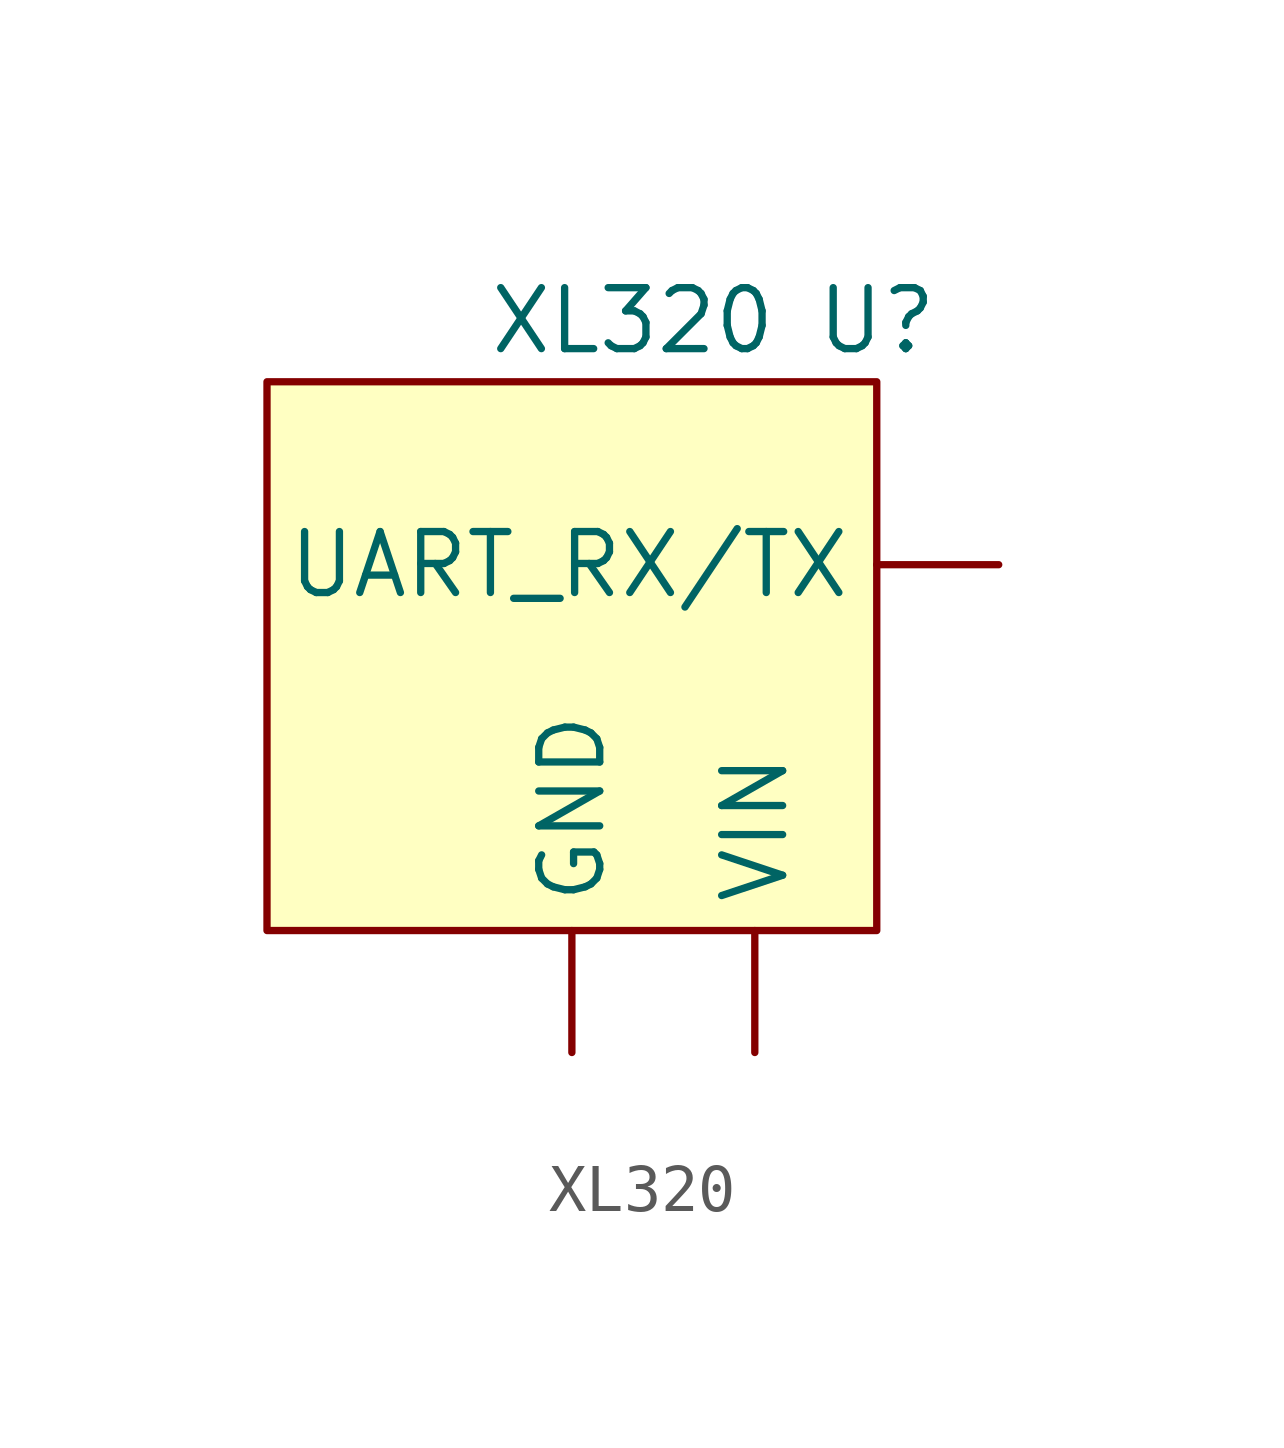
<source format=kicad_sym>
(kicad_symbol_lib
  (version 20211014)
  (generator kicad_symbol_editor)
  (symbol "XL320"
    (property "Reference" "U"
      (at -5.08 -2.54 0)
      (effects (font (size 1.27 1.27))))
    (property "Value" "XL320"
      (at -10.16 -2.54 0)
      (effects (font (size 1.27 1.27))))
    (symbol "XL320_0_1"
      (rectangle (start -17.78 -3.81) (end -5.08 -15.24) (stroke (width 0) (type default) (color 0 0 0 0)) (fill (type background))))
    (symbol "XL320_1_1"
      (pin bidirectional line (at -11.43 -17.78 90) (length 2.54) (name "GND" (effects (font (size 1.27 1.27)))) (number "" (effects (font (size 1.27 1.27)))))
      (pin bidirectional line (at -2.54 -7.62 180) (length 2.54) (name "UART_RX/TX" (effects (font (size 1.27 1.27)))) (number "" (effects (font (size 1.27 1.27)))))
      (pin power_in line (at -7.62 -17.78 90) (length 2.54) (name "VIN" (effects (font (size 1.27 1.27)))) (number "" (effects (font (size 1.27 1.27))))))))
</source>
